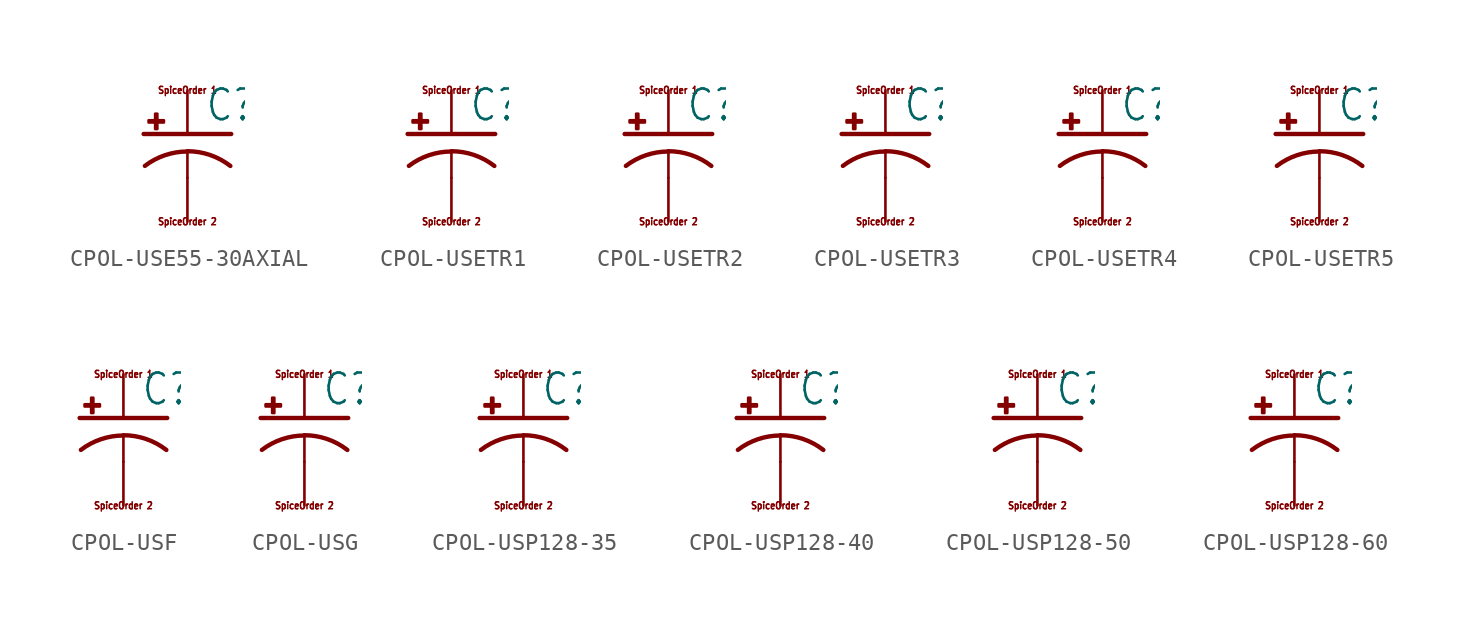
<source format=kicad_sym>
(kicad_symbol_lib
  (version 20231120)
  (generator "kicad_symbol_editor")
  (generator_version "8.0")
  (symbol "CPOL-USE55-30AXIAL"
    (property "Reference" "C"
      (at 1.016 0.635 0)
      (effects (font (size 1.778 1.511)) (justify left bottom)))
    (property "Value" ""
      (at 1.016 -4.191 0)
      (effects (font (size 1.778 1.511)) (justify left bottom)))
    (property "ki_locked" ""
      (at 0 0 0)
      (effects (font (size 1.27 1.27))))
    (symbol "CPOL-USE55-30AXIAL_1_0"
      (rectangle (start -2.253 0.668) (end -1.364 0.795) (stroke (width 0) (type default)) (fill (type outline)))
      (rectangle (start -1.872 0.287) (end -1.745 1.176) (stroke (width 0) (type default)) (fill (type outline)))
      (arc (start 0 -1.0161) (mid -1.3021 -1.2303) (end -2.4669 -1.8504) (stroke (width 0.254) (type solid)) (fill (type none)))
      (polyline (pts (xy -2.54 0) (xy 2.54 0)) (stroke (width 0.254) (type solid)) (fill (type none)))
      (polyline (pts (xy 0 -1.016) (xy 0 -2.54)) (stroke (width 0.152) (type solid)) (fill (type none)))
      (arc (start 2.4892 -1.8541) (mid 1.3158 -1.2194) (end 0 -1) (stroke (width 0.254) (type solid)) (fill (type none)))
      (text "SpiceOrder 1" (at 0 2.54 0) (effects (font (size 0.406 0.345))))
      (text "SpiceOrder 2" (at 0 -5.08 0) (effects (font (size 0.406 0.345))))
      (pin passive line (at 0 2.54 270) (length 2.54) (name "+" (effects (font (size 0 0)))) (number "+" (effects (font (size 0 0)))))
      (pin passive line (at 0 -5.08 90) (length 2.54) (name "-" (effects (font (size 0 0)))) (number "-" (effects (font (size 0 0)))))))
  (symbol "CPOL-USETR1"
    (property "Reference" "C"
      (at 1.016 0.635 0)
      (effects (font (size 1.778 1.511)) (justify left bottom)))
    (property "Value" ""
      (at 1.016 -4.191 0)
      (effects (font (size 1.778 1.511)) (justify left bottom)))
    (property "ki_locked" ""
      (at 0 0 0)
      (effects (font (size 1.27 1.27))))
    (symbol "CPOL-USETR1_1_0"
      (rectangle (start -2.253 0.668) (end -1.364 0.795) (stroke (width 0) (type default)) (fill (type outline)))
      (rectangle (start -1.872 0.287) (end -1.745 1.176) (stroke (width 0) (type default)) (fill (type outline)))
      (arc (start 0 -1.0161) (mid -1.3021 -1.2303) (end -2.4669 -1.8504) (stroke (width 0.254) (type solid)) (fill (type none)))
      (polyline (pts (xy -2.54 0) (xy 2.54 0)) (stroke (width 0.254) (type solid)) (fill (type none)))
      (polyline (pts (xy 0 -1.016) (xy 0 -2.54)) (stroke (width 0.152) (type solid)) (fill (type none)))
      (arc (start 2.4892 -1.8541) (mid 1.3158 -1.2194) (end 0 -1) (stroke (width 0.254) (type solid)) (fill (type none)))
      (text "SpiceOrder 1" (at 0 2.54 0) (effects (font (size 0.406 0.345))))
      (text "SpiceOrder 2" (at 0 -5.08 0) (effects (font (size 0.406 0.345))))
      (pin passive line (at 0 2.54 270) (length 2.54) (name "+" (effects (font (size 0 0)))) (number "+" (effects (font (size 0 0)))))
      (pin passive line (at 0 -5.08 90) (length 2.54) (name "-" (effects (font (size 0 0)))) (number "-" (effects (font (size 0 0)))))))
  (symbol "CPOL-USETR2"
    (property "Reference" "C"
      (at 1.016 0.635 0)
      (effects (font (size 1.778 1.511)) (justify left bottom)))
    (property "Value" ""
      (at 1.016 -4.191 0)
      (effects (font (size 1.778 1.511)) (justify left bottom)))
    (property "ki_locked" ""
      (at 0 0 0)
      (effects (font (size 1.27 1.27))))
    (symbol "CPOL-USETR2_1_0"
      (rectangle (start -2.253 0.668) (end -1.364 0.795) (stroke (width 0) (type default)) (fill (type outline)))
      (rectangle (start -1.872 0.287) (end -1.745 1.176) (stroke (width 0) (type default)) (fill (type outline)))
      (arc (start 0 -1.0161) (mid -1.3021 -1.2303) (end -2.4669 -1.8504) (stroke (width 0.254) (type solid)) (fill (type none)))
      (polyline (pts (xy -2.54 0) (xy 2.54 0)) (stroke (width 0.254) (type solid)) (fill (type none)))
      (polyline (pts (xy 0 -1.016) (xy 0 -2.54)) (stroke (width 0.152) (type solid)) (fill (type none)))
      (arc (start 2.4892 -1.8541) (mid 1.3158 -1.2194) (end 0 -1) (stroke (width 0.254) (type solid)) (fill (type none)))
      (text "SpiceOrder 1" (at 0 2.54 0) (effects (font (size 0.406 0.345))))
      (text "SpiceOrder 2" (at 0 -5.08 0) (effects (font (size 0.406 0.345))))
      (pin passive line (at 0 2.54 270) (length 2.54) (name "+" (effects (font (size 0 0)))) (number "+" (effects (font (size 0 0)))))
      (pin passive line (at 0 -5.08 90) (length 2.54) (name "-" (effects (font (size 0 0)))) (number "-" (effects (font (size 0 0)))))))
  (symbol "CPOL-USETR3"
    (property "Reference" "C"
      (at 1.016 0.635 0)
      (effects (font (size 1.778 1.511)) (justify left bottom)))
    (property "Value" ""
      (at 1.016 -4.191 0)
      (effects (font (size 1.778 1.511)) (justify left bottom)))
    (property "ki_locked" ""
      (at 0 0 0)
      (effects (font (size 1.27 1.27))))
    (symbol "CPOL-USETR3_1_0"
      (rectangle (start -2.253 0.668) (end -1.364 0.795) (stroke (width 0) (type default)) (fill (type outline)))
      (rectangle (start -1.872 0.287) (end -1.745 1.176) (stroke (width 0) (type default)) (fill (type outline)))
      (arc (start 0 -1.0161) (mid -1.3021 -1.2303) (end -2.4669 -1.8504) (stroke (width 0.254) (type solid)) (fill (type none)))
      (polyline (pts (xy -2.54 0) (xy 2.54 0)) (stroke (width 0.254) (type solid)) (fill (type none)))
      (polyline (pts (xy 0 -1.016) (xy 0 -2.54)) (stroke (width 0.152) (type solid)) (fill (type none)))
      (arc (start 2.4892 -1.8541) (mid 1.3158 -1.2194) (end 0 -1) (stroke (width 0.254) (type solid)) (fill (type none)))
      (text "SpiceOrder 1" (at 0 2.54 0) (effects (font (size 0.406 0.345))))
      (text "SpiceOrder 2" (at 0 -5.08 0) (effects (font (size 0.406 0.345))))
      (pin passive line (at 0 2.54 270) (length 2.54) (name "+" (effects (font (size 0 0)))) (number "+" (effects (font (size 0 0)))))
      (pin passive line (at 0 -5.08 90) (length 2.54) (name "-" (effects (font (size 0 0)))) (number "-" (effects (font (size 0 0)))))))
  (symbol "CPOL-USETR4"
    (property "Reference" "C"
      (at 1.016 0.635 0)
      (effects (font (size 1.778 1.511)) (justify left bottom)))
    (property "Value" ""
      (at 1.016 -4.191 0)
      (effects (font (size 1.778 1.511)) (justify left bottom)))
    (property "ki_locked" ""
      (at 0 0 0)
      (effects (font (size 1.27 1.27))))
    (symbol "CPOL-USETR4_1_0"
      (rectangle (start -2.253 0.668) (end -1.364 0.795) (stroke (width 0) (type default)) (fill (type outline)))
      (rectangle (start -1.872 0.287) (end -1.745 1.176) (stroke (width 0) (type default)) (fill (type outline)))
      (arc (start 0 -1.0161) (mid -1.3021 -1.2303) (end -2.4669 -1.8504) (stroke (width 0.254) (type solid)) (fill (type none)))
      (polyline (pts (xy -2.54 0) (xy 2.54 0)) (stroke (width 0.254) (type solid)) (fill (type none)))
      (polyline (pts (xy 0 -1.016) (xy 0 -2.54)) (stroke (width 0.152) (type solid)) (fill (type none)))
      (arc (start 2.4892 -1.8541) (mid 1.3158 -1.2194) (end 0 -1) (stroke (width 0.254) (type solid)) (fill (type none)))
      (text "SpiceOrder 1" (at 0 2.54 0) (effects (font (size 0.406 0.345))))
      (text "SpiceOrder 2" (at 0 -5.08 0) (effects (font (size 0.406 0.345))))
      (pin passive line (at 0 2.54 270) (length 2.54) (name "+" (effects (font (size 0 0)))) (number "+" (effects (font (size 0 0)))))
      (pin passive line (at 0 -5.08 90) (length 2.54) (name "-" (effects (font (size 0 0)))) (number "-" (effects (font (size 0 0)))))))
  (symbol "CPOL-USETR5"
    (property "Reference" "C"
      (at 1.016 0.635 0)
      (effects (font (size 1.778 1.511)) (justify left bottom)))
    (property "Value" ""
      (at 1.016 -4.191 0)
      (effects (font (size 1.778 1.511)) (justify left bottom)))
    (property "ki_locked" ""
      (at 0 0 0)
      (effects (font (size 1.27 1.27))))
    (symbol "CPOL-USETR5_1_0"
      (rectangle (start -2.253 0.668) (end -1.364 0.795) (stroke (width 0) (type default)) (fill (type outline)))
      (rectangle (start -1.872 0.287) (end -1.745 1.176) (stroke (width 0) (type default)) (fill (type outline)))
      (arc (start 0 -1.0161) (mid -1.3021 -1.2303) (end -2.4669 -1.8504) (stroke (width 0.254) (type solid)) (fill (type none)))
      (polyline (pts (xy -2.54 0) (xy 2.54 0)) (stroke (width 0.254) (type solid)) (fill (type none)))
      (polyline (pts (xy 0 -1.016) (xy 0 -2.54)) (stroke (width 0.152) (type solid)) (fill (type none)))
      (arc (start 2.4892 -1.8541) (mid 1.3158 -1.2194) (end 0 -1) (stroke (width 0.254) (type solid)) (fill (type none)))
      (text "SpiceOrder 1" (at 0 2.54 0) (effects (font (size 0.406 0.345))))
      (text "SpiceOrder 2" (at 0 -5.08 0) (effects (font (size 0.406 0.345))))
      (pin passive line (at 0 2.54 270) (length 2.54) (name "+" (effects (font (size 0 0)))) (number "+" (effects (font (size 0 0)))))
      (pin passive line (at 0 -5.08 90) (length 2.54) (name "-" (effects (font (size 0 0)))) (number "-" (effects (font (size 0 0)))))))
  (symbol "CPOL-USF"
    (property "Reference" "C"
      (at 1.016 0.635 0)
      (effects (font (size 1.778 1.511)) (justify left bottom)))
    (property "Value" ""
      (at 1.016 -4.191 0)
      (effects (font (size 1.778 1.511)) (justify left bottom)))
    (property "ki_locked" ""
      (at 0 0 0)
      (effects (font (size 1.27 1.27))))
    (symbol "CPOL-USF_1_0"
      (rectangle (start -2.253 0.668) (end -1.364 0.795) (stroke (width 0) (type default)) (fill (type outline)))
      (rectangle (start -1.872 0.287) (end -1.745 1.176) (stroke (width 0) (type default)) (fill (type outline)))
      (arc (start 0 -1.0161) (mid -1.3021 -1.2303) (end -2.4669 -1.8504) (stroke (width 0.254) (type solid)) (fill (type none)))
      (polyline (pts (xy -2.54 0) (xy 2.54 0)) (stroke (width 0.254) (type solid)) (fill (type none)))
      (polyline (pts (xy 0 -1.016) (xy 0 -2.54)) (stroke (width 0.152) (type solid)) (fill (type none)))
      (arc (start 2.4892 -1.8541) (mid 1.3158 -1.2194) (end 0 -1) (stroke (width 0.254) (type solid)) (fill (type none)))
      (text "SpiceOrder 1" (at 0 2.54 0) (effects (font (size 0.406 0.345))))
      (text "SpiceOrder 2" (at 0 -5.08 0) (effects (font (size 0.406 0.345))))
      (pin passive line (at 0 2.54 270) (length 2.54) (name "+" (effects (font (size 0 0)))) (number "+" (effects (font (size 0 0)))))
      (pin passive line (at 0 -5.08 90) (length 2.54) (name "-" (effects (font (size 0 0)))) (number "-" (effects (font (size 0 0)))))))
  (symbol "CPOL-USG"
    (property "Reference" "C"
      (at 1.016 0.635 0)
      (effects (font (size 1.778 1.511)) (justify left bottom)))
    (property "Value" ""
      (at 1.016 -4.191 0)
      (effects (font (size 1.778 1.511)) (justify left bottom)))
    (property "ki_locked" ""
      (at 0 0 0)
      (effects (font (size 1.27 1.27))))
    (symbol "CPOL-USG_1_0"
      (rectangle (start -2.253 0.668) (end -1.364 0.795) (stroke (width 0) (type default)) (fill (type outline)))
      (rectangle (start -1.872 0.287) (end -1.745 1.176) (stroke (width 0) (type default)) (fill (type outline)))
      (arc (start 0 -1.0161) (mid -1.3021 -1.2303) (end -2.4669 -1.8504) (stroke (width 0.254) (type solid)) (fill (type none)))
      (polyline (pts (xy -2.54 0) (xy 2.54 0)) (stroke (width 0.254) (type solid)) (fill (type none)))
      (polyline (pts (xy 0 -1.016) (xy 0 -2.54)) (stroke (width 0.152) (type solid)) (fill (type none)))
      (arc (start 2.4892 -1.8541) (mid 1.3158 -1.2194) (end 0 -1) (stroke (width 0.254) (type solid)) (fill (type none)))
      (text "SpiceOrder 1" (at 0 2.54 0) (effects (font (size 0.406 0.345))))
      (text "SpiceOrder 2" (at 0 -5.08 0) (effects (font (size 0.406 0.345))))
      (pin passive line (at 0 2.54 270) (length 2.54) (name "+" (effects (font (size 0 0)))) (number "+" (effects (font (size 0 0)))))
      (pin passive line (at 0 -5.08 90) (length 2.54) (name "-" (effects (font (size 0 0)))) (number "-" (effects (font (size 0 0)))))))
  (symbol "CPOL-USP128-35"
    (property "Reference" "C"
      (at 1.016 0.635 0)
      (effects (font (size 1.778 1.511)) (justify left bottom)))
    (property "Value" ""
      (at 1.016 -4.191 0)
      (effects (font (size 1.778 1.511)) (justify left bottom)))
    (property "ki_locked" ""
      (at 0 0 0)
      (effects (font (size 1.27 1.27))))
    (symbol "CPOL-USP128-35_1_0"
      (rectangle (start -2.253 0.668) (end -1.364 0.795) (stroke (width 0) (type default)) (fill (type outline)))
      (rectangle (start -1.872 0.287) (end -1.745 1.176) (stroke (width 0) (type default)) (fill (type outline)))
      (arc (start 0 -1.0161) (mid -1.3021 -1.2303) (end -2.4669 -1.8504) (stroke (width 0.254) (type solid)) (fill (type none)))
      (polyline (pts (xy -2.54 0) (xy 2.54 0)) (stroke (width 0.254) (type solid)) (fill (type none)))
      (polyline (pts (xy 0 -1.016) (xy 0 -2.54)) (stroke (width 0.152) (type solid)) (fill (type none)))
      (arc (start 2.4892 -1.8541) (mid 1.3158 -1.2194) (end 0 -1) (stroke (width 0.254) (type solid)) (fill (type none)))
      (text "SpiceOrder 1" (at 0 2.54 0) (effects (font (size 0.406 0.345))))
      (text "SpiceOrder 2" (at 0 -5.08 0) (effects (font (size 0.406 0.345))))
      (pin passive line (at 0 2.54 270) (length 2.54) (name "+" (effects (font (size 0 0)))) (number "+" (effects (font (size 0 0)))))
      (pin passive line (at 0 -5.08 90) (length 2.54) (name "-" (effects (font (size 0 0)))) (number "-" (effects (font (size 0 0)))))))
  (symbol "CPOL-USP128-40"
    (property "Reference" "C"
      (at 1.016 0.635 0)
      (effects (font (size 1.778 1.511)) (justify left bottom)))
    (property "Value" ""
      (at 1.016 -4.191 0)
      (effects (font (size 1.778 1.511)) (justify left bottom)))
    (property "ki_locked" ""
      (at 0 0 0)
      (effects (font (size 1.27 1.27))))
    (symbol "CPOL-USP128-40_1_0"
      (rectangle (start -2.253 0.668) (end -1.364 0.795) (stroke (width 0) (type default)) (fill (type outline)))
      (rectangle (start -1.872 0.287) (end -1.745 1.176) (stroke (width 0) (type default)) (fill (type outline)))
      (arc (start 0 -1.0161) (mid -1.3021 -1.2303) (end -2.4669 -1.8504) (stroke (width 0.254) (type solid)) (fill (type none)))
      (polyline (pts (xy -2.54 0) (xy 2.54 0)) (stroke (width 0.254) (type solid)) (fill (type none)))
      (polyline (pts (xy 0 -1.016) (xy 0 -2.54)) (stroke (width 0.152) (type solid)) (fill (type none)))
      (arc (start 2.4892 -1.8541) (mid 1.3158 -1.2194) (end 0 -1) (stroke (width 0.254) (type solid)) (fill (type none)))
      (text "SpiceOrder 1" (at 0 2.54 0) (effects (font (size 0.406 0.345))))
      (text "SpiceOrder 2" (at 0 -5.08 0) (effects (font (size 0.406 0.345))))
      (pin passive line (at 0 2.54 270) (length 2.54) (name "+" (effects (font (size 0 0)))) (number "+" (effects (font (size 0 0)))))
      (pin passive line (at 0 -5.08 90) (length 2.54) (name "-" (effects (font (size 0 0)))) (number "-" (effects (font (size 0 0)))))))
  (symbol "CPOL-USP128-50"
    (property "Reference" "C"
      (at 1.016 0.635 0)
      (effects (font (size 1.778 1.511)) (justify left bottom)))
    (property "Value" ""
      (at 1.016 -4.191 0)
      (effects (font (size 1.778 1.511)) (justify left bottom)))
    (property "ki_locked" ""
      (at 0 0 0)
      (effects (font (size 1.27 1.27))))
    (symbol "CPOL-USP128-50_1_0"
      (rectangle (start -2.253 0.668) (end -1.364 0.795) (stroke (width 0) (type default)) (fill (type outline)))
      (rectangle (start -1.872 0.287) (end -1.745 1.176) (stroke (width 0) (type default)) (fill (type outline)))
      (arc (start 0 -1.0161) (mid -1.3021 -1.2303) (end -2.4669 -1.8504) (stroke (width 0.254) (type solid)) (fill (type none)))
      (polyline (pts (xy -2.54 0) (xy 2.54 0)) (stroke (width 0.254) (type solid)) (fill (type none)))
      (polyline (pts (xy 0 -1.016) (xy 0 -2.54)) (stroke (width 0.152) (type solid)) (fill (type none)))
      (arc (start 2.4892 -1.8541) (mid 1.3158 -1.2194) (end 0 -1) (stroke (width 0.254) (type solid)) (fill (type none)))
      (text "SpiceOrder 1" (at 0 2.54 0) (effects (font (size 0.406 0.345))))
      (text "SpiceOrder 2" (at 0 -5.08 0) (effects (font (size 0.406 0.345))))
      (pin passive line (at 0 2.54 270) (length 2.54) (name "+" (effects (font (size 0 0)))) (number "+" (effects (font (size 0 0)))))
      (pin passive line (at 0 -5.08 90) (length 2.54) (name "-" (effects (font (size 0 0)))) (number "-" (effects (font (size 0 0)))))))
  (symbol "CPOL-USP128-60"
    (property "Reference" "C"
      (at 1.016 0.635 0)
      (effects (font (size 1.778 1.511)) (justify left bottom)))
    (property "Value" ""
      (at 1.016 -4.191 0)
      (effects (font (size 1.778 1.511)) (justify left bottom)))
    (property "ki_locked" ""
      (at 0 0 0)
      (effects (font (size 1.27 1.27))))
    (symbol "CPOL-USP128-60_1_0"
      (rectangle (start -2.253 0.668) (end -1.364 0.795) (stroke (width 0) (type default)) (fill (type outline)))
      (rectangle (start -1.872 0.287) (end -1.745 1.176) (stroke (width 0) (type default)) (fill (type outline)))
      (arc (start 0 -1.0161) (mid -1.3021 -1.2303) (end -2.4669 -1.8504) (stroke (width 0.254) (type solid)) (fill (type none)))
      (polyline (pts (xy -2.54 0) (xy 2.54 0)) (stroke (width 0.254) (type solid)) (fill (type none)))
      (polyline (pts (xy 0 -1.016) (xy 0 -2.54)) (stroke (width 0.152) (type solid)) (fill (type none)))
      (arc (start 2.4892 -1.8541) (mid 1.3158 -1.2194) (end 0 -1) (stroke (width 0.254) (type solid)) (fill (type none)))
      (text "SpiceOrder 1" (at 0 2.54 0) (effects (font (size 0.406 0.345))))
      (text "SpiceOrder 2" (at 0 -5.08 0) (effects (font (size 0.406 0.345))))
      (pin passive line (at 0 2.54 270) (length 2.54) (name "+" (effects (font (size 0 0)))) (number "+" (effects (font (size 0 0)))))
      (pin passive line (at 0 -5.08 90) (length 2.54) (name "-" (effects (font (size 0 0)))) (number "-" (effects (font (size 0 0))))))))
</source>
